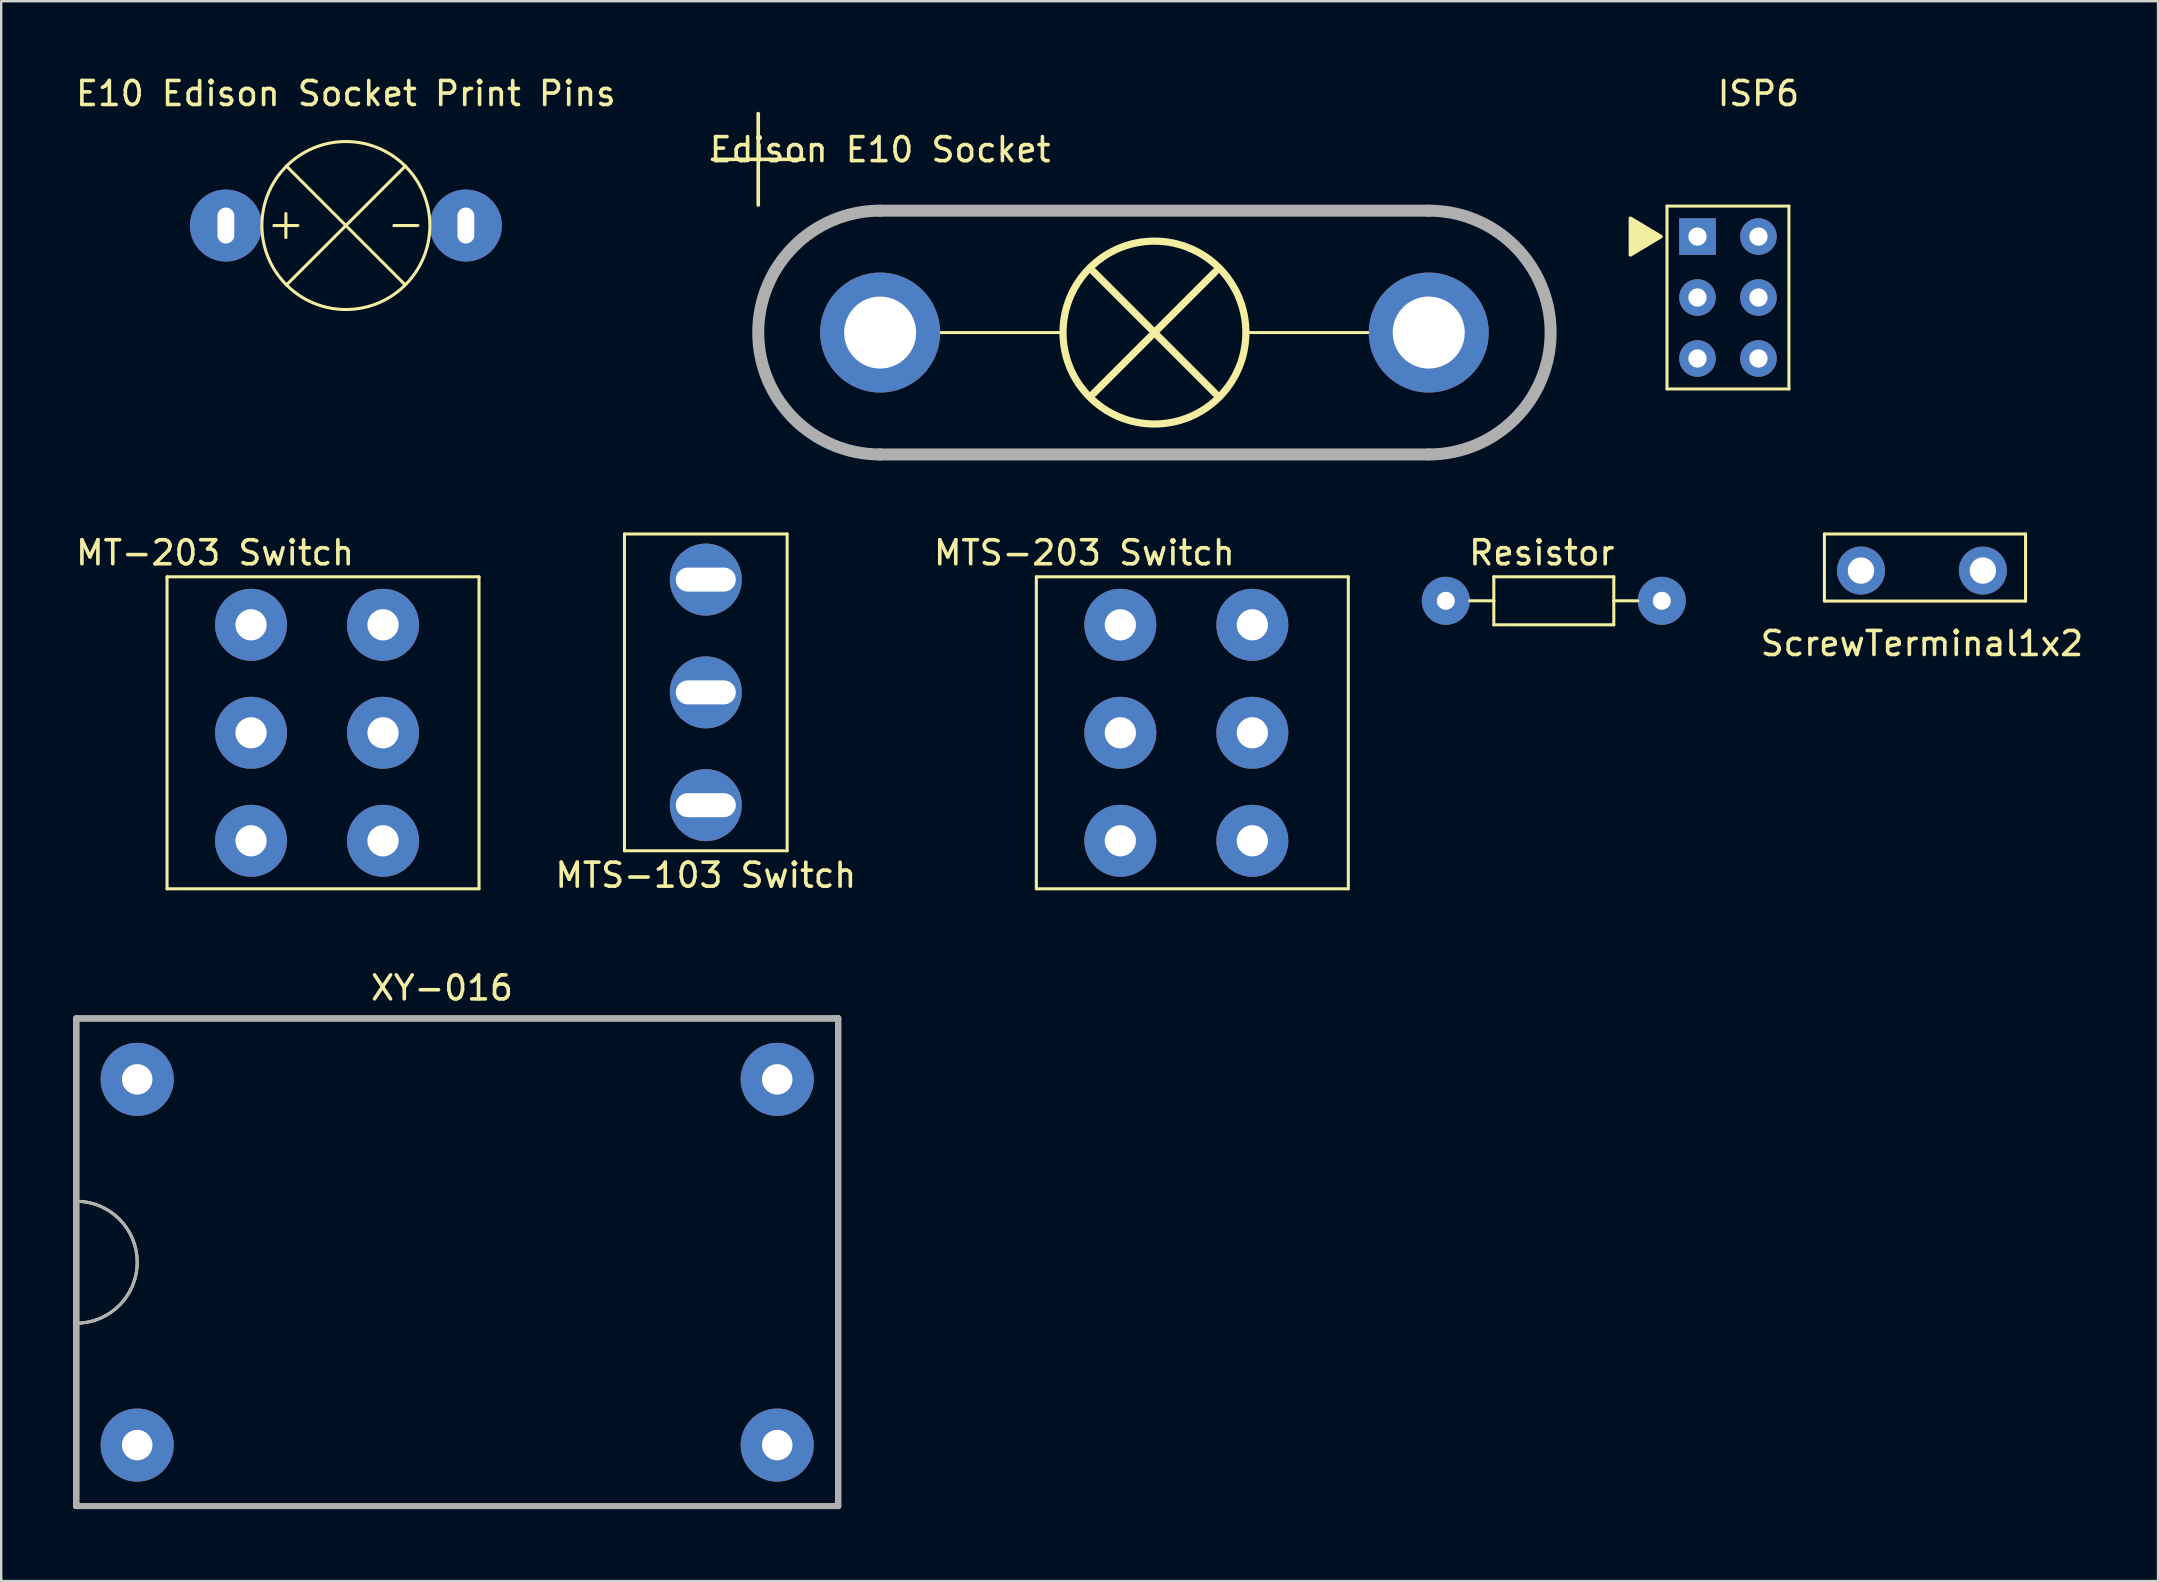
<source format=kicad_pcb>
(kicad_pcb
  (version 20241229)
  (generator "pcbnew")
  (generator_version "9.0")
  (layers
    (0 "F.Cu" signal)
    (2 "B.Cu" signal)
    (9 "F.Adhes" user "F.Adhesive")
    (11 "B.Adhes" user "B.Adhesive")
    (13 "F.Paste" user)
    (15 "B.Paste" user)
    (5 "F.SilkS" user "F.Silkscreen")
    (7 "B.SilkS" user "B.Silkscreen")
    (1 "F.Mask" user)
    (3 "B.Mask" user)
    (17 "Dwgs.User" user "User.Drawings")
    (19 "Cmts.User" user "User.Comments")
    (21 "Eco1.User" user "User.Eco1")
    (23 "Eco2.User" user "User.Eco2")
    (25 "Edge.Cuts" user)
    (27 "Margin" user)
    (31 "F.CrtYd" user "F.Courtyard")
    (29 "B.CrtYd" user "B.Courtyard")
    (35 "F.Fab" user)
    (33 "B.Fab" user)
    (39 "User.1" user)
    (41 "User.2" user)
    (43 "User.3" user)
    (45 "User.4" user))
  (footprint "MTS-103 Switch"
    (layer "F.Cu")
    (at 26.361 25.802)
    (property "Reference" "MTS-103 Switch" (at 0 7.62 0) (layer "F.SilkS") (effects (font (size 1 1) (thickness 0.15))))
    (attr through_hole)
    (fp_line (start -3.39 -6.6) (end -3.39 6.6) (stroke (width 0.127) (type solid)) (layer "F.SilkS"))
    (fp_line (start -3.39 6.6) (end 3.39 6.6) (stroke (width 0.127) (type solid)) (layer "F.SilkS"))
    (fp_line (start 3.39 -6.6) (end -3.39 -6.6) (stroke (width 0.127) (type solid)) (layer "F.SilkS"))
    (fp_line (start 3.39 6.6) (end 3.39 -6.6) (stroke (width 0.127) (type solid)) (layer "F.SilkS"))
    (pad "1" thru_hole circle (at 0 -4.7) (size 3 3) (drill oval 2.5 1) (layers "*.Cu" "*.Mask"))
    (pad "2" thru_hole circle (at 0 0) (size 3 3) (drill oval 2.5 1) (layers "*.Cu" "*.Mask"))
    (pad "3" thru_hole circle (at 0 4.7) (size 3 3) (drill oval 2.5 1) (layers "*.Cu" "*.Mask")))
  (footprint "ISP6"
    (layer "F.Cu")
    (at 70.225 9.348)
    (property "Reference" "ISP6" (at 0 -8.5 0) (layer "F.SilkS") (effects (font (size 1 1) (thickness 0.15))))
    (attr through_hole)
    (fp_line (start -3.81 -3.81) (end 1.27 -3.81) (stroke (width 0.127) (type solid)) (layer "F.SilkS"))
    (fp_line (start -3.81 3.81) (end -3.81 -3.81) (stroke (width 0.127) (type solid)) (layer "F.SilkS"))
    (fp_line (start 1.27 -3.81) (end 1.27 3.81) (stroke (width 0.127) (type solid)) (layer "F.SilkS"))
    (fp_line (start 1.27 3.81) (end -3.81 3.81) (stroke (width 0.127) (type solid)) (layer "F.SilkS"))
    (fp_poly (pts (xy -4.064 -2.54) (xy -5.334 -3.302) (xy -5.334 -1.778)) (stroke (width 0.15) (type solid)) (fill yes) (layer "F.SilkS"))
    (pad "1" thru_hole rect (at -2.54 -2.54) (size 1.524 1.524) (drill 0.762) (layers "*.Cu" "*.Mask"))
    (pad "2" thru_hole circle (at 0 -2.54) (size 1.524 1.524) (drill 0.762) (layers "*.Cu" "*.Mask"))
    (pad "3" thru_hole circle (at -2.54 0) (size 1.524 1.524) (drill 0.762) (layers "*.Cu" "*.Mask"))
    (pad "4" thru_hole circle (at 0 0) (size 1.524 1.524) (drill 0.762) (layers "*.Cu" "*.Mask"))
    (pad "5" thru_hole circle (at -2.54 2.54) (size 1.524 1.524) (drill 0.762) (layers "*.Cu" "*.Mask"))
    (pad "6" thru_hole circle (at 0 2.54) (size 1.524 1.524) (drill 0.762) (layers "*.Cu" "*.Mask")))
  (footprint "ScrewTerminal1x2"
    (layer "F.Cu")
    (at 77.038 23.266)
    (property "Reference" "ScrewTerminal1x2" (at 0 0.5 0) (layer "F.SilkS") (effects (font (size 1 1) (thickness 0.15))))
    (attr through_hole)
    (fp_line (start -4.064 -4.064) (end 4.318 -4.064) (stroke (width 0.127) (type solid)) (layer "F.SilkS"))
    (fp_line (start -4.064 -1.27) (end -4.064 -4.064) (stroke (width 0.127) (type solid)) (layer "F.SilkS"))
    (fp_line (start 4.318 -4.064) (end 4.318 -1.27) (stroke (width 0.127) (type solid)) (layer "F.SilkS"))
    (fp_line (start 4.318 -1.27) (end -4.064 -1.27) (stroke (width 0.127) (type solid)) (layer "F.SilkS"))
    (pad "1" thru_hole circle (at -2.54 -2.54) (size 2 2) (drill 1.1) (layers "*.Cu" "*.Mask"))
    (pad "2" thru_hole circle (at 2.54 -2.54) (size 2 2) (drill 1.1) (layers "*.Cu" "*.Mask")))
  (footprint "E10 Edison Socket Print Pins"
    (layer "F.Cu")
    (at 11.363 6.348)
    (property "Reference" "E10 Edison Socket Print Pins" (at 0 -5.5 0) (layer "F.SilkS") (effects (font (size 1 1) (thickness 0.15))))
    (attr through_hole)
    (fp_line (start -3 0) (end -2 0) (stroke (width 0.127) (type solid)) (layer "F.SilkS"))
    (fp_line (start -2.5 -0.5) (end -2.5 0.5) (stroke (width 0.127) (type solid)) (layer "F.SilkS"))
    (fp_line (start 2.475 -2.475) (end -2.475 2.475) (stroke (width 0.127) (type solid)) (layer "F.SilkS"))
    (fp_line (start 2.475 2.475) (end -2.475 -2.475) (stroke (width 0.127) (type solid)) (layer "F.SilkS"))
    (fp_line (start 3 0) (end 2 0) (stroke (width 0.127) (type solid)) (layer "F.SilkS"))
    (fp_circle (center 0 0) (end -3.5 0) (stroke (width 0.127) (type solid)) (fill no) (layer "F.SilkS"))
    (pad "1" thru_hole circle (at 5 0) (size 3 3) (drill oval 0.7 1.5) (layers "*.Cu" "*.Mask"))
    (pad "2" thru_hole circle (at -5 0) (size 3 3) (drill oval 0.7 1.5) (layers "*.Cu" "*.Mask")))
  (footprint "Edison E10 Socket"
    (layer "F.Cu")
    (at 45.056 10.808)
    (property "Reference" "Edison E10 Socket" (at -11.43 -7.62 0) (layer "F.SilkS") (effects (font (size 1 1) (thickness 0.15))))
    (attr through_hole)
    (fp_line (start -3.81 0) (end -8.89 0) (stroke (width 0.127) (type solid)) (layer "F.SilkS"))
    (fp_line (start -2.54 -2.54) (end 2.54 2.54) (stroke (width 0.3) (type solid)) (layer "F.SilkS"))
    (fp_line (start -2.54 2.54) (end 2.54 -2.54) (stroke (width 0.3) (type solid)) (layer "F.SilkS"))
    (fp_line (start 3.81 0) (end 8.89 0) (stroke (width 0.127) (type solid)) (layer "F.SilkS"))
    (fp_circle (center 0 0) (end 3.81 0) (stroke (width 0.3) (type solid)) (fill no) (layer "F.SilkS"))
    (fp_line (start 11.43 -5.08) (end -11.43 -5.08) (stroke (width 0.5) (type solid)) (layer "F.Fab"))
    (fp_line (start 11.43 5.08) (end -11.43 5.08) (stroke (width 0.5) (type solid)) (layer "F.Fab"))
    (fp_arc (start -11.43 5.08) (mid -16.51 0) (end -11.43 -5.08) (stroke (width 0.5) (type solid)) (layer "F.Fab"))
    (fp_arc (start 11.43 -5.08) (mid 16.51 0) (end 11.43 5.08) (stroke (width 0.5) (type solid)) (layer "F.Fab"))
    (fp_text user "+" (at -16.51 -7.62 0) (layer "F.SilkS") (effects (font (size 5 5) (thickness 0.15))))
    (pad "1" thru_hole circle (at -11.43 0) (size 5 5) (drill 3) (layers "*.Cu" "*.Mask"))
    (pad "2" thru_hole circle (at 11.43 0) (size 5 5) (drill 3) (layers "*.Cu" "*.Mask")))
  (footprint "MTS-203 Switch"
    (layer "F.Cu")
    (at 47.135 27.986)
    (property "Reference" "MTS-203 Switch" (at -5 -8 0) (layer "F.SilkS") (effects (font (size 1 1) (thickness 0.15))))
    (attr through_hole)
    (fp_line (start -7 -7) (end 6 -7) (stroke (width 0.127) (type solid)) (layer "F.SilkS"))
    (fp_line (start -7 6) (end -7 -7) (stroke (width 0.127) (type solid)) (layer "F.SilkS"))
    (fp_line (start 6 -7) (end 6 6) (stroke (width 0.127) (type solid)) (layer "F.SilkS"))
    (fp_line (start 6 6) (end -7 6) (stroke (width 0.127) (type solid)) (layer "F.SilkS"))
    (pad "1" thru_hole circle (at -3.5 -5) (size 3 3) (drill 1.3) (layers "*.Cu" "*.Mask"))
    (pad "2" thru_hole circle (at -3.5 -0.5) (size 3 3) (drill 1.3) (layers "*.Cu" "*.Mask"))
    (pad "3" thru_hole circle (at -3.5 4) (size 3 3) (drill 1.3) (layers "*.Cu" "*.Mask"))
    (pad "4" thru_hole circle (at 2 -5) (size 3 3) (drill 1.3) (layers "*.Cu" "*.Mask"))
    (pad "5" thru_hole circle (at 2 -0.5) (size 3 3) (drill 1.3) (layers "*.Cu" "*.Mask"))
    (pad "6" thru_hole circle (at 2 4) (size 3 3) (drill 1.3) (layers "*.Cu" "*.Mask")))
  (footprint "Resistor"
    (layer "F.Cu")
    (at 61.698 21.986)
    (property "Reference" "Resistor" (at -0.5 -2 0) (layer "F.SilkS") (effects (font (size 1 1) (thickness 0.15))))
    (attr through_hole)
    (fp_line (start -2.5 -1) (end -2.5 0) (stroke (width 0.127) (type solid)) (layer "F.SilkS"))
    (fp_line (start -2.5 0) (end -3.5 0) (stroke (width 0.127) (type solid)) (layer "F.SilkS"))
    (fp_line (start -2.5 0) (end -2.5 1) (stroke (width 0.127) (type solid)) (layer "F.SilkS"))
    (fp_line (start -2.5 1) (end 2.5 1) (stroke (width 0.127) (type solid)) (layer "F.SilkS"))
    (fp_line (start 2.5 -1) (end -2.5 -1) (stroke (width 0.127) (type solid)) (layer "F.SilkS"))
    (fp_line (start 2.5 0) (end 2.5 -1) (stroke (width 0.127) (type solid)) (layer "F.SilkS"))
    (fp_line (start 2.5 0) (end 2.5 1) (stroke (width 0.127) (type solid)) (layer "F.SilkS"))
    (fp_line (start 3.5 0) (end 2.5 0) (stroke (width 0.127) (type solid)) (layer "F.SilkS"))
    (pad "1" thru_hole circle (at -4.5 0) (size 2 2) (drill 0.75) (layers "*.Cu" "*.Mask"))
    (pad "2" thru_hole circle (at 4.5 0) (size 2 2) (drill 0.75) (layers "*.Cu" "*.Mask")))
  (footprint "XY-016"
    (layer "F.Cu")
    (at 15.367 49.548)
    (property "Reference" "XY-016" (at 0 -11.43 0) (layer "F.SilkS") (effects (font (size 1 1) (thickness 0.15))))
    (attr through_hole)
    (fp_line (start -15.24 10.16) (end -15.24 -10.16) (stroke (width 0.254) (type solid)) (layer "F.SilkS"))
    (fp_line (start 16.51 -10.16) (end -15.24 -10.16) (stroke (width 0.254) (type solid)) (layer "F.SilkS"))
    (fp_line (start 16.51 10.16) (end -15.24 10.16) (stroke (width 0.254) (type solid)) (layer "F.SilkS"))
    (fp_line (start 16.51 10.16) (end 16.51 -10.16) (stroke (width 0.254) (type solid)) (layer "F.SilkS"))
    (fp_arc (start -15.24 -2.54) (mid -12.7 0) (end -15.24 2.54) (stroke (width 0.127) (type solid)) (layer "F.SilkS"))
    (fp_line (start -15.24 10.16) (end -15.24 -10.16) (stroke (width 0.254) (type solid)) (layer "F.Fab"))
    (fp_line (start 16.51 -10.16) (end -15.24 -10.16) (stroke (width 0.254) (type solid)) (layer "F.Fab"))
    (fp_line (start 16.51 10.16) (end -15.24 10.16) (stroke (width 0.254) (type solid)) (layer "F.Fab"))
    (fp_line (start 16.51 10.16) (end 16.51 -10.16) (stroke (width 0.254) (type solid)) (layer "F.Fab"))
    (fp_arc (start -15.24 -2.54) (mid -12.7 0) (end -15.24 2.54) (stroke (width 0.127) (type solid)) (layer "F.Fab"))
    (pad "1" thru_hole circle (at -12.7 -7.62) (size 3.048 3.048) (drill 1.27) (layers "*.Cu" "*.Mask"))
    (pad "2" thru_hole circle (at -12.7 7.62) (size 3.048 3.048) (drill 1.27) (layers "*.Cu" "*.Mask"))
    (pad "3" thru_hole circle (at 13.97 7.62) (size 3.048 3.048) (drill 1.27) (layers "*.Cu" "*.Mask"))
    (pad "4" thru_hole circle (at 13.97 -7.62) (size 3.048 3.048) (drill 1.27) (layers "*.Cu" "*.Mask")))
  (footprint "MT-203 Switch"
    (layer "F.Cu")
    (at 10.911 27.986)
    (property "Reference" "MT-203 Switch" (at -5 -8 0) (layer "F.SilkS") (effects (font (size 1 1) (thickness 0.15))))
    (attr through_hole)
    (fp_line (start -7 -7) (end 6 -7) (stroke (width 0.127) (type solid)) (layer "F.SilkS"))
    (fp_line (start -7 6) (end -7 -7) (stroke (width 0.127) (type solid)) (layer "F.SilkS"))
    (fp_line (start 6 -7) (end 6 6) (stroke (width 0.127) (type solid)) (layer "F.SilkS"))
    (fp_line (start 6 6) (end -7 6) (stroke (width 0.127) (type solid)) (layer "F.SilkS"))
    (pad "1" thru_hole circle (at -3.5 -5) (size 3 3) (drill 1.3) (layers "*.Cu" "*.Mask"))
    (pad "2" thru_hole circle (at -3.5 -0.5) (size 3 3) (drill 1.3) (layers "*.Cu" "*.Mask"))
    (pad "3" thru_hole circle (at -3.5 4) (size 3 3) (drill 1.3) (layers "*.Cu" "*.Mask"))
    (pad "4" thru_hole circle (at 2 4) (size 3 3) (drill 1.3) (layers "*.Cu" "*.Mask"))
    (pad "5" thru_hole circle (at 2 -0.5) (size 3 3) (drill 1.3) (layers "*.Cu" "*.Mask"))
    (pad "6" thru_hole circle (at 2 -5) (size 3 3) (drill 1.3) (layers "*.Cu" "*.Mask")))
  (gr_rect
    (start -3 -3)
    (end 86.877 62.835)
    (stroke (width 0.1) (type default))
    (fill no)
    (layer "Edge.Cuts")))
</source>
